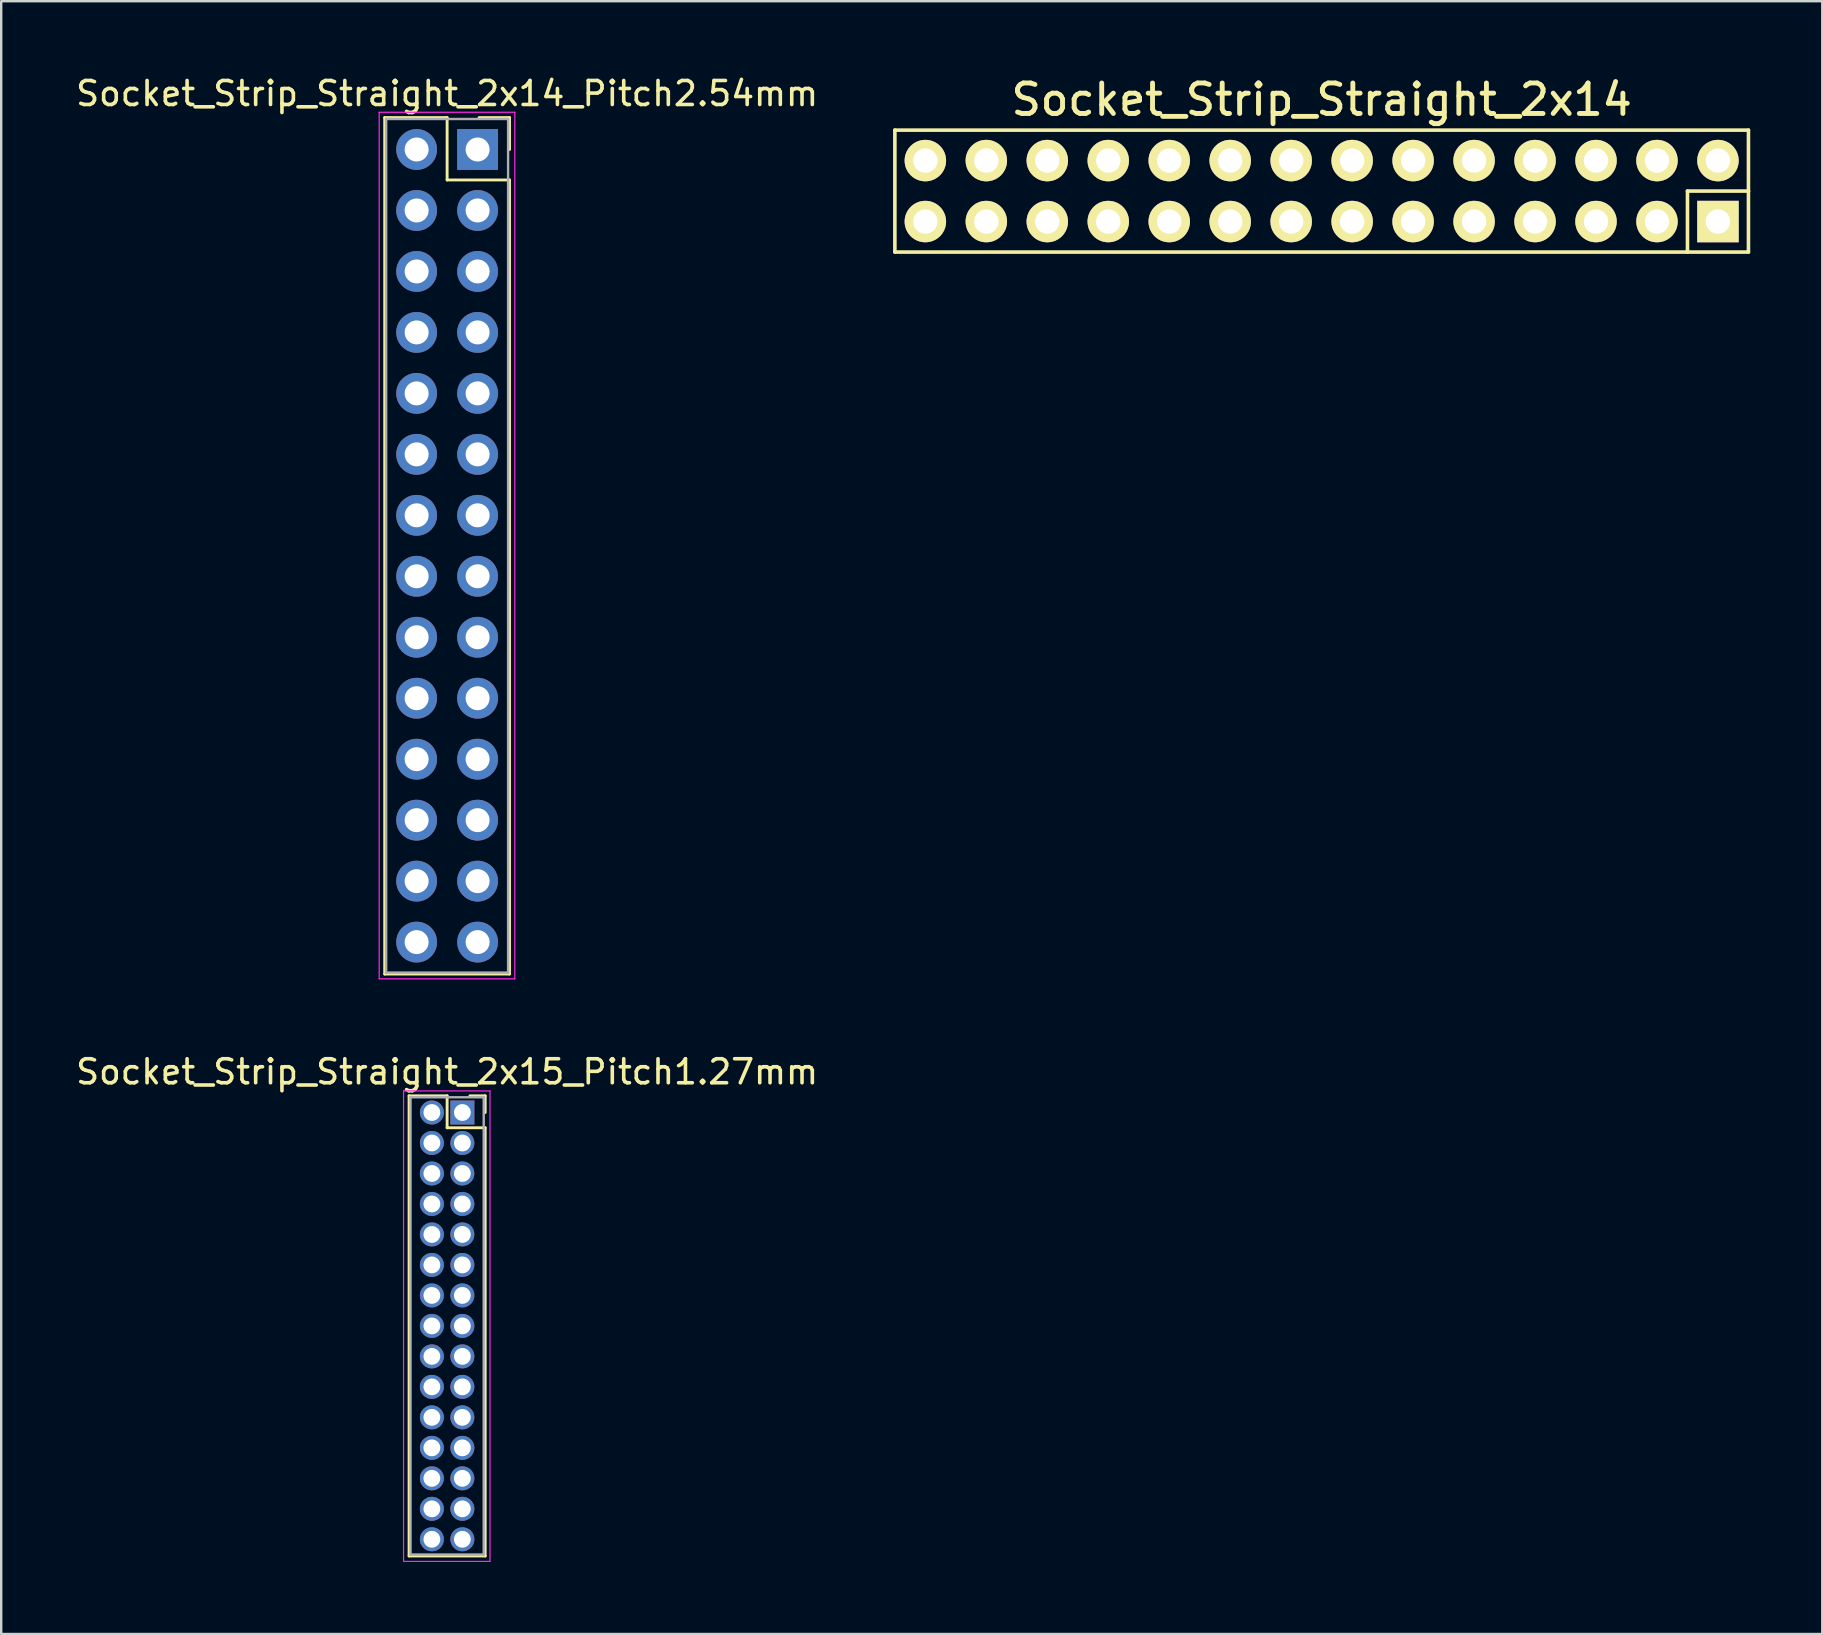
<source format=kicad_pcb>
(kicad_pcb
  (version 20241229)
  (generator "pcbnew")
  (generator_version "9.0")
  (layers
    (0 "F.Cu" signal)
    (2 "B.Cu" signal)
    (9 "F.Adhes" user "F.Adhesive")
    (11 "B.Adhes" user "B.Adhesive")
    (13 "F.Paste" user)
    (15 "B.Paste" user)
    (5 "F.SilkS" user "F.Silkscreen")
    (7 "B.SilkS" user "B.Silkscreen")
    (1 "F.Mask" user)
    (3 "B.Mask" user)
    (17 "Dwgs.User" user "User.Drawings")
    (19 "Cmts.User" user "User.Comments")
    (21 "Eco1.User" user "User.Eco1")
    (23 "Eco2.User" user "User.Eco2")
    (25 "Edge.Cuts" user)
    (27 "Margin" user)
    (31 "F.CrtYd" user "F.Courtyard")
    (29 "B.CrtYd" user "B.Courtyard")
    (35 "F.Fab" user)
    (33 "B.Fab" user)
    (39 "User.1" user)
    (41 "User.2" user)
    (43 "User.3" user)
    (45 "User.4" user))
  (footprint "Socket_Strip_Straight_2x14"
    (layer "F.Cu")
    (at 52.01 4.91)
    (property "Reference" "Socket_Strip_Straight_2x14" (at 0 -3.81 0) (layer "F.SilkS") (effects (font (size 1.27 1.27) (thickness 0.203))))
    (attr through_hole)
    (fp_line (start -17.78 -2.54) (end -17.78 2.54) (stroke (width 0.15) (type solid)) (layer "F.SilkS"))
    (fp_line (start -17.78 -2.54) (end 17.78 -2.54) (stroke (width 0.15) (type solid)) (layer "F.SilkS"))
    (fp_line (start 15.24 0) (end 15.24 2.54) (stroke (width 0.15) (type solid)) (layer "F.SilkS"))
    (fp_line (start 15.24 2.54) (end -17.78 2.54) (stroke (width 0.15) (type solid)) (layer "F.SilkS"))
    (fp_line (start 17.78 -2.54) (end 17.78 0) (stroke (width 0.15) (type solid)) (layer "F.SilkS"))
    (fp_line (start 17.78 0) (end 15.24 0) (stroke (width 0.15) (type solid)) (layer "F.SilkS"))
    (fp_line (start 17.78 2.54) (end 15.24 2.54) (stroke (width 0.15) (type solid)) (layer "F.SilkS"))
    (fp_line (start 17.78 2.54) (end 17.78 0) (stroke (width 0.15) (type solid)) (layer "F.SilkS"))
    (pad "1" thru_hole rect (at 16.51 1.27 180) (size 1.727 1.727) (drill 1.016) (layers "*.Cu" "*.Mask" "F.SilkS"))
    (pad "2" thru_hole oval (at 16.51 -1.27 180) (size 1.727 1.727) (drill 1.016) (layers "*.Cu" "*.Mask" "F.SilkS"))
    (pad "3" thru_hole oval (at 13.97 1.27 180) (size 1.727 1.727) (drill 1.016) (layers "*.Cu" "*.Mask" "F.SilkS"))
    (pad "4" thru_hole oval (at 13.97 -1.27 180) (size 1.727 1.727) (drill 1.016) (layers "*.Cu" "*.Mask" "F.SilkS"))
    (pad "5" thru_hole oval (at 11.43 1.27 180) (size 1.727 1.727) (drill 1.016) (layers "*.Cu" "*.Mask" "F.SilkS"))
    (pad "6" thru_hole oval (at 11.43 -1.27 180) (size 1.727 1.727) (drill 1.016) (layers "*.Cu" "*.Mask" "F.SilkS"))
    (pad "7" thru_hole oval (at 8.89 1.27 180) (size 1.727 1.727) (drill 1.016) (layers "*.Cu" "*.Mask" "F.SilkS"))
    (pad "8" thru_hole oval (at 8.89 -1.27 180) (size 1.727 1.727) (drill 1.016) (layers "*.Cu" "*.Mask" "F.SilkS"))
    (pad "9" thru_hole oval (at 6.35 1.27 180) (size 1.727 1.727) (drill 1.016) (layers "*.Cu" "*.Mask" "F.SilkS"))
    (pad "10" thru_hole oval (at 6.35 -1.27 180) (size 1.727 1.727) (drill 1.016) (layers "*.Cu" "*.Mask" "F.SilkS"))
    (pad "11" thru_hole oval (at 3.81 1.27 180) (size 1.727 1.727) (drill 1.016) (layers "*.Cu" "*.Mask" "F.SilkS"))
    (pad "12" thru_hole oval (at 3.81 -1.27 180) (size 1.727 1.727) (drill 1.016) (layers "*.Cu" "*.Mask" "F.SilkS"))
    (pad "13" thru_hole oval (at 1.27 1.27 180) (size 1.727 1.727) (drill 1.016) (layers "*.Cu" "*.Mask" "F.SilkS"))
    (pad "14" thru_hole oval (at 1.27 -1.27 180) (size 1.727 1.727) (drill 1.016) (layers "*.Cu" "*.Mask" "F.SilkS"))
    (pad "15" thru_hole oval (at -1.27 1.27 180) (size 1.727 1.727) (drill 1.016) (layers "*.Cu" "*.Mask" "F.SilkS"))
    (pad "16" thru_hole oval (at -1.27 -1.27 180) (size 1.727 1.727) (drill 1.016) (layers "*.Cu" "*.Mask" "F.SilkS"))
    (pad "17" thru_hole oval (at -3.81 1.27 180) (size 1.727 1.727) (drill 1.016) (layers "*.Cu" "*.Mask" "F.SilkS"))
    (pad "18" thru_hole oval (at -3.81 -1.27 180) (size 1.727 1.727) (drill 1.016) (layers "*.Cu" "*.Mask" "F.SilkS"))
    (pad "19" thru_hole oval (at -6.35 1.27 180) (size 1.727 1.727) (drill 1.016) (layers "*.Cu" "*.Mask" "F.SilkS"))
    (pad "20" thru_hole oval (at -6.35 -1.27 180) (size 1.727 1.727) (drill 1.016) (layers "*.Cu" "*.Mask" "F.SilkS"))
    (pad "21" thru_hole oval (at -8.89 1.27 180) (size 1.727 1.727) (drill 1.016) (layers "*.Cu" "*.Mask" "F.SilkS"))
    (pad "22" thru_hole oval (at -8.89 -1.27 180) (size 1.727 1.727) (drill 1.016) (layers "*.Cu" "*.Mask" "F.SilkS"))
    (pad "23" thru_hole oval (at -11.43 1.27 180) (size 1.727 1.727) (drill 1.016) (layers "*.Cu" "*.Mask" "F.SilkS"))
    (pad "24" thru_hole oval (at -11.43 -1.27 180) (size 1.727 1.727) (drill 1.016) (layers "*.Cu" "*.Mask" "F.SilkS"))
    (pad "25" thru_hole oval (at -13.97 1.27 180) (size 1.727 1.727) (drill 1.016) (layers "*.Cu" "*.Mask" "F.SilkS"))
    (pad "26" thru_hole oval (at -13.97 -1.27 180) (size 1.727 1.727) (drill 1.016) (layers "*.Cu" "*.Mask" "F.SilkS"))
    (pad "27" thru_hole oval (at -16.51 1.27 180) (size 1.727 1.727) (drill 1.016) (layers "*.Cu" "*.Mask" "F.SilkS"))
    (pad "28" thru_hole oval (at -16.51 -1.27 180) (size 1.727 1.727) (drill 1.016) (layers "*.Cu" "*.Mask" "F.SilkS")))
  (footprint "Socket_Strip_Straight_2x14_Pitch2.54mm"
    (layer "F.Cu")
    (at 16.847 3.178)
    (property "Reference" "Socket_Strip_Straight_2x14_Pitch2.54mm" (at -1.27 -2.33 0) (layer "F.SilkS") (effects (font (size 1 1) (thickness 0.15))))
    (attr through_hole)
    (fp_line (start -3.87 -1.33) (end -1.27 -1.33) (stroke (width 0.12) (type solid)) (layer "F.SilkS"))
    (fp_line (start -3.87 34.35) (end -3.87 -1.33) (stroke (width 0.12) (type solid)) (layer "F.SilkS"))
    (fp_line (start -1.27 -1.33) (end -1.27 1.27) (stroke (width 0.12) (type solid)) (layer "F.SilkS"))
    (fp_line (start -1.27 1.27) (end 1.33 1.27) (stroke (width 0.12) (type solid)) (layer "F.SilkS"))
    (fp_line (start 1.33 -1.33) (end 0.06 -1.33) (stroke (width 0.12) (type solid)) (layer "F.SilkS"))
    (fp_line (start 1.33 0) (end 1.33 -1.33) (stroke (width 0.12) (type solid)) (layer "F.SilkS"))
    (fp_line (start 1.33 1.27) (end 1.33 34.35) (stroke (width 0.12) (type solid)) (layer "F.SilkS"))
    (fp_line (start 1.33 34.35) (end -3.87 34.35) (stroke (width 0.12) (type solid)) (layer "F.SilkS"))
    (fp_line (start -4.1 -1.55) (end -4.1 34.55) (stroke (width 0.05) (type solid)) (layer "F.CrtYd"))
    (fp_line (start -4.1 34.55) (end 1.55 34.55) (stroke (width 0.05) (type solid)) (layer "F.CrtYd"))
    (fp_line (start 1.55 -1.55) (end -4.1 -1.55) (stroke (width 0.05) (type solid)) (layer "F.CrtYd"))
    (fp_line (start 1.55 34.55) (end 1.55 -1.55) (stroke (width 0.05) (type solid)) (layer "F.CrtYd"))
    (fp_line (start -3.81 -1.27) (end -3.81 34.29) (stroke (width 0.1) (type solid)) (layer "F.Fab"))
    (fp_line (start -3.81 34.29) (end 1.27 34.29) (stroke (width 0.1) (type solid)) (layer "F.Fab"))
    (fp_line (start 1.27 -1.27) (end -3.81 -1.27) (stroke (width 0.1) (type solid)) (layer "F.Fab"))
    (fp_line (start 1.27 34.29) (end 1.27 -1.27) (stroke (width 0.1) (type solid)) (layer "F.Fab"))
    (pad "1" thru_hole rect (at 0 0) (size 1.7 1.7) (drill 1) (layers "*.Cu" "*.Mask"))
    (pad "2" thru_hole oval (at -2.54 0) (size 1.7 1.7) (drill 1) (layers "*.Cu" "*.Mask"))
    (pad "3" thru_hole oval (at 0 2.54) (size 1.7 1.7) (drill 1) (layers "*.Cu" "*.Mask"))
    (pad "4" thru_hole oval (at -2.54 2.54) (size 1.7 1.7) (drill 1) (layers "*.Cu" "*.Mask"))
    (pad "5" thru_hole oval (at 0 5.08) (size 1.7 1.7) (drill 1) (layers "*.Cu" "*.Mask"))
    (pad "6" thru_hole oval (at -2.54 5.08) (size 1.7 1.7) (drill 1) (layers "*.Cu" "*.Mask"))
    (pad "7" thru_hole oval (at 0 7.62) (size 1.7 1.7) (drill 1) (layers "*.Cu" "*.Mask"))
    (pad "8" thru_hole oval (at -2.54 7.62) (size 1.7 1.7) (drill 1) (layers "*.Cu" "*.Mask"))
    (pad "9" thru_hole oval (at 0 10.16) (size 1.7 1.7) (drill 1) (layers "*.Cu" "*.Mask"))
    (pad "10" thru_hole oval (at -2.54 10.16) (size 1.7 1.7) (drill 1) (layers "*.Cu" "*.Mask"))
    (pad "11" thru_hole oval (at 0 12.7) (size 1.7 1.7) (drill 1) (layers "*.Cu" "*.Mask"))
    (pad "12" thru_hole oval (at -2.54 12.7) (size 1.7 1.7) (drill 1) (layers "*.Cu" "*.Mask"))
    (pad "13" thru_hole oval (at 0 15.24) (size 1.7 1.7) (drill 1) (layers "*.Cu" "*.Mask"))
    (pad "14" thru_hole oval (at -2.54 15.24) (size 1.7 1.7) (drill 1) (layers "*.Cu" "*.Mask"))
    (pad "15" thru_hole oval (at 0 17.78) (size 1.7 1.7) (drill 1) (layers "*.Cu" "*.Mask"))
    (pad "16" thru_hole oval (at -2.54 17.78) (size 1.7 1.7) (drill 1) (layers "*.Cu" "*.Mask"))
    (pad "17" thru_hole oval (at 0 20.32) (size 1.7 1.7) (drill 1) (layers "*.Cu" "*.Mask"))
    (pad "18" thru_hole oval (at -2.54 20.32) (size 1.7 1.7) (drill 1) (layers "*.Cu" "*.Mask"))
    (pad "19" thru_hole oval (at 0 22.86) (size 1.7 1.7) (drill 1) (layers "*.Cu" "*.Mask"))
    (pad "20" thru_hole oval (at -2.54 22.86) (size 1.7 1.7) (drill 1) (layers "*.Cu" "*.Mask"))
    (pad "21" thru_hole oval (at 0 25.4) (size 1.7 1.7) (drill 1) (layers "*.Cu" "*.Mask"))
    (pad "22" thru_hole oval (at -2.54 25.4) (size 1.7 1.7) (drill 1) (layers "*.Cu" "*.Mask"))
    (pad "23" thru_hole oval (at 0 27.94) (size 1.7 1.7) (drill 1) (layers "*.Cu" "*.Mask"))
    (pad "24" thru_hole oval (at -2.54 27.94) (size 1.7 1.7) (drill 1) (layers "*.Cu" "*.Mask"))
    (pad "25" thru_hole oval (at 0 30.48) (size 1.7 1.7) (drill 1) (layers "*.Cu" "*.Mask"))
    (pad "26" thru_hole oval (at -2.54 30.48) (size 1.7 1.7) (drill 1) (layers "*.Cu" "*.Mask"))
    (pad "27" thru_hole oval (at 0 33.02) (size 1.7 1.7) (drill 1) (layers "*.Cu" "*.Mask"))
    (pad "28" thru_hole oval (at -2.54 33.02) (size 1.7 1.7) (drill 1) (layers "*.Cu" "*.Mask")))
  (footprint "Socket_Strip_Straight_2x15_Pitch1.27mm"
    (layer "F.Cu")
    (at 16.212 43.297)
    (property "Reference" "Socket_Strip_Straight_2x15_Pitch1.27mm" (at -0.635 -1.695 0) (layer "F.SilkS") (effects (font (size 1 1) (thickness 0.15))))
    (attr through_hole)
    (fp_line (start -2.22 -0.695) (end -0.635 -0.695) (stroke (width 0.12) (type solid)) (layer "F.SilkS"))
    (fp_line (start -2.22 18.475) (end -2.22 -0.695) (stroke (width 0.12) (type solid)) (layer "F.SilkS"))
    (fp_line (start -0.635 -0.695) (end -0.635 0.635) (stroke (width 0.12) (type solid)) (layer "F.SilkS"))
    (fp_line (start -0.635 0.635) (end 0.95 0.635) (stroke (width 0.12) (type solid)) (layer "F.SilkS"))
    (fp_line (start 0.95 -0.695) (end 0.315 -0.695) (stroke (width 0.12) (type solid)) (layer "F.SilkS"))
    (fp_line (start 0.95 0) (end 0.95 -0.695) (stroke (width 0.12) (type solid)) (layer "F.SilkS"))
    (fp_line (start 0.95 0.635) (end 0.95 18.475) (stroke (width 0.12) (type solid)) (layer "F.SilkS"))
    (fp_line (start 0.95 18.475) (end -2.22 18.475) (stroke (width 0.12) (type solid)) (layer "F.SilkS"))
    (fp_line (start -2.45 -0.9) (end -2.45 18.7) (stroke (width 0.05) (type solid)) (layer "F.CrtYd"))
    (fp_line (start -2.45 18.7) (end 1.15 18.7) (stroke (width 0.05) (type solid)) (layer "F.CrtYd"))
    (fp_line (start 1.15 -0.9) (end -2.45 -0.9) (stroke (width 0.05) (type solid)) (layer "F.CrtYd"))
    (fp_line (start 1.15 18.7) (end 1.15 -0.9) (stroke (width 0.05) (type solid)) (layer "F.CrtYd"))
    (fp_line (start -2.16 -0.635) (end -2.16 18.415) (stroke (width 0.1) (type solid)) (layer "F.Fab"))
    (fp_line (start -2.16 18.415) (end 0.89 18.415) (stroke (width 0.1) (type solid)) (layer "F.Fab"))
    (fp_line (start 0.89 -0.635) (end -2.16 -0.635) (stroke (width 0.1) (type solid)) (layer "F.Fab"))
    (fp_line (start 0.89 18.415) (end 0.89 -0.635) (stroke (width 0.1) (type solid)) (layer "F.Fab"))
    (pad "1" thru_hole rect (at 0 0) (size 1 1) (drill 0.7) (layers "*.Cu" "*.Mask"))
    (pad "2" thru_hole oval (at -1.27 0) (size 1 1) (drill 0.7) (layers "*.Cu" "*.Mask"))
    (pad "3" thru_hole oval (at 0 1.27) (size 1 1) (drill 0.7) (layers "*.Cu" "*.Mask"))
    (pad "4" thru_hole oval (at -1.27 1.27) (size 1 1) (drill 0.7) (layers "*.Cu" "*.Mask"))
    (pad "5" thru_hole oval (at 0 2.54) (size 1 1) (drill 0.7) (layers "*.Cu" "*.Mask"))
    (pad "6" thru_hole oval (at -1.27 2.54) (size 1 1) (drill 0.7) (layers "*.Cu" "*.Mask"))
    (pad "7" thru_hole oval (at 0 3.81) (size 1 1) (drill 0.7) (layers "*.Cu" "*.Mask"))
    (pad "8" thru_hole oval (at -1.27 3.81) (size 1 1) (drill 0.7) (layers "*.Cu" "*.Mask"))
    (pad "9" thru_hole oval (at 0 5.08) (size 1 1) (drill 0.7) (layers "*.Cu" "*.Mask"))
    (pad "10" thru_hole oval (at -1.27 5.08) (size 1 1) (drill 0.7) (layers "*.Cu" "*.Mask"))
    (pad "11" thru_hole oval (at 0 6.35) (size 1 1) (drill 0.7) (layers "*.Cu" "*.Mask"))
    (pad "12" thru_hole oval (at -1.27 6.35) (size 1 1) (drill 0.7) (layers "*.Cu" "*.Mask"))
    (pad "13" thru_hole oval (at 0 7.62) (size 1 1) (drill 0.7) (layers "*.Cu" "*.Mask"))
    (pad "14" thru_hole oval (at -1.27 7.62) (size 1 1) (drill 0.7) (layers "*.Cu" "*.Mask"))
    (pad "15" thru_hole oval (at 0 8.89) (size 1 1) (drill 0.7) (layers "*.Cu" "*.Mask"))
    (pad "16" thru_hole oval (at -1.27 8.89) (size 1 1) (drill 0.7) (layers "*.Cu" "*.Mask"))
    (pad "17" thru_hole oval (at 0 10.16) (size 1 1) (drill 0.7) (layers "*.Cu" "*.Mask"))
    (pad "18" thru_hole oval (at -1.27 10.16) (size 1 1) (drill 0.7) (layers "*.Cu" "*.Mask"))
    (pad "19" thru_hole oval (at 0 11.43) (size 1 1) (drill 0.7) (layers "*.Cu" "*.Mask"))
    (pad "20" thru_hole oval (at -1.27 11.43) (size 1 1) (drill 0.7) (layers "*.Cu" "*.Mask"))
    (pad "21" thru_hole oval (at 0 12.7) (size 1 1) (drill 0.7) (layers "*.Cu" "*.Mask"))
    (pad "22" thru_hole oval (at -1.27 12.7) (size 1 1) (drill 0.7) (layers "*.Cu" "*.Mask"))
    (pad "23" thru_hole oval (at 0 13.97) (size 1 1) (drill 0.7) (layers "*.Cu" "*.Mask"))
    (pad "24" thru_hole oval (at -1.27 13.97) (size 1 1) (drill 0.7) (layers "*.Cu" "*.Mask"))
    (pad "25" thru_hole oval (at 0 15.24) (size 1 1) (drill 0.7) (layers "*.Cu" "*.Mask"))
    (pad "26" thru_hole oval (at -1.27 15.24) (size 1 1) (drill 0.7) (layers "*.Cu" "*.Mask"))
    (pad "27" thru_hole oval (at 0 16.51) (size 1 1) (drill 0.7) (layers "*.Cu" "*.Mask"))
    (pad "28" thru_hole oval (at -1.27 16.51) (size 1 1) (drill 0.7) (layers "*.Cu" "*.Mask"))
    (pad "29" thru_hole oval (at 0 17.78) (size 1 1) (drill 0.7) (layers "*.Cu" "*.Mask"))
    (pad "30" thru_hole oval (at -1.27 17.78) (size 1 1) (drill 0.7) (layers "*.Cu" "*.Mask")))
  (gr_rect
    (start -3 -3)
    (end 72.865 65.022)
    (stroke (width 0.1) (type default))
    (fill no)
    (layer "Edge.Cuts")))
</source>
